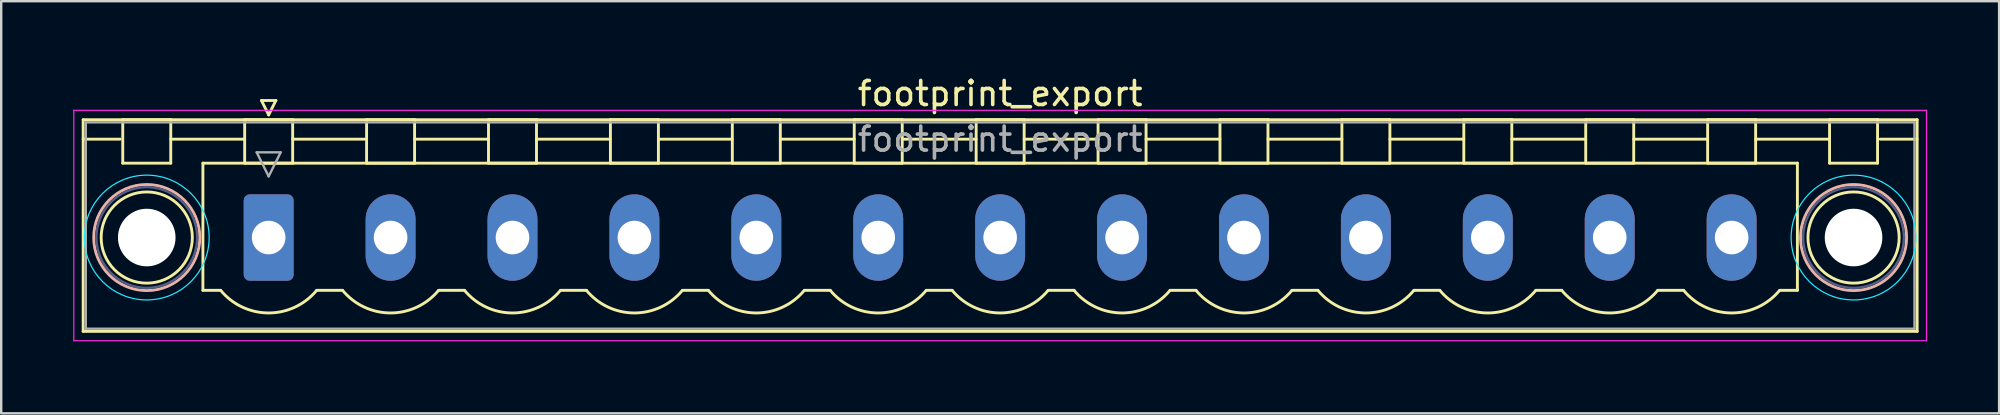
<source format=kicad_pcb>
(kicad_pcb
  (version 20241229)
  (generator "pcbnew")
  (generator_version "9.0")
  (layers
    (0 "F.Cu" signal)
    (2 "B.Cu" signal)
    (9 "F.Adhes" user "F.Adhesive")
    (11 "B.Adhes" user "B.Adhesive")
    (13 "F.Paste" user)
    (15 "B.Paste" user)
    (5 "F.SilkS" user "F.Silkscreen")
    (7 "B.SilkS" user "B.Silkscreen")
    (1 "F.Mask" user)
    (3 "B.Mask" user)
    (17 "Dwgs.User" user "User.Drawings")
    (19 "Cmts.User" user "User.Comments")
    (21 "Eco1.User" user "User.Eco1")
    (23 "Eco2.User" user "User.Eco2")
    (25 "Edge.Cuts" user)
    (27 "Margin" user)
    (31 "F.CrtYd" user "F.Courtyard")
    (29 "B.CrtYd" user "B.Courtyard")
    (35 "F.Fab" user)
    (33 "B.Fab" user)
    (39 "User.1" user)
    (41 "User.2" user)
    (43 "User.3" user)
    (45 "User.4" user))
  (footprint "footprint_export"
    (layer "F.Cu")
    (at 8.145 6.848)
    (property "Reference" "footprint_export" (at 30.48 -6 0) (layer "F.SilkS") (effects (font (size 1 1) (thickness 0.15))))
    (attr through_hole)
    (fp_line (start -7.73 -4.91) (end -7.73 3.91) (stroke (width 0.12) (type solid)) (layer "F.SilkS"))
    (fp_line (start -7.73 -4.1) (end -6.19 -4.1) (stroke (width 0.12) (type solid)) (layer "F.SilkS"))
    (fp_line (start -7.73 3.91) (end 68.69 3.91) (stroke (width 0.12) (type solid)) (layer "F.SilkS"))
    (fp_line (start -6.08 -4.91) (end -4.08 -4.91) (stroke (width 0.12) (type solid)) (layer "F.SilkS"))
    (fp_line (start -6.08 -3.1) (end -6.08 -4.91) (stroke (width 0.12) (type solid)) (layer "F.SilkS"))
    (fp_line (start -4.08 -4.91) (end -4.08 -3.1) (stroke (width 0.12) (type solid)) (layer "F.SilkS"))
    (fp_line (start -4.08 -4.1) (end -1 -4.1) (stroke (width 0.12) (type solid)) (layer "F.SilkS"))
    (fp_line (start -4.08 -3.1) (end -6.08 -3.1) (stroke (width 0.12) (type solid)) (layer "F.SilkS"))
    (fp_line (start -2.74 -3.1) (end 63.7 -3.1) (stroke (width 0.12) (type solid)) (layer "F.SilkS"))
    (fp_line (start -2.74 2.2) (end -2.74 -3.1) (stroke (width 0.12) (type solid)) (layer "F.SilkS"))
    (fp_line (start -2 2.2) (end -2.74 2.2) (stroke (width 0.12) (type solid)) (layer "F.SilkS"))
    (fp_line (start -1 -4.91) (end 1 -4.91) (stroke (width 0.12) (type solid)) (layer "F.SilkS"))
    (fp_line (start -1 -3.1) (end -1 -4.91) (stroke (width 0.12) (type solid)) (layer "F.SilkS"))
    (fp_line (start -0.3 -5.71) (end 0.3 -5.71) (stroke (width 0.12) (type solid)) (layer "F.SilkS"))
    (fp_line (start 0 -5.11) (end -0.3 -5.71) (stroke (width 0.12) (type solid)) (layer "F.SilkS"))
    (fp_line (start 0.3 -5.71) (end 0 -5.11) (stroke (width 0.12) (type solid)) (layer "F.SilkS"))
    (fp_line (start 1 -4.91) (end 1 -3.1) (stroke (width 0.12) (type solid)) (layer "F.SilkS"))
    (fp_line (start 1 -4.1) (end 4.08 -4.1) (stroke (width 0.12) (type solid)) (layer "F.SilkS"))
    (fp_line (start 1 -3.1) (end -1 -3.1) (stroke (width 0.12) (type solid)) (layer "F.SilkS"))
    (fp_line (start 2 2.2) (end 3.08 2.2) (stroke (width 0.12) (type solid)) (layer "F.SilkS"))
    (fp_line (start 4.08 -4.91) (end 6.08 -4.91) (stroke (width 0.12) (type solid)) (layer "F.SilkS"))
    (fp_line (start 4.08 -3.1) (end 4.08 -4.91) (stroke (width 0.12) (type solid)) (layer "F.SilkS"))
    (fp_line (start 6.08 -4.91) (end 6.08 -3.1) (stroke (width 0.12) (type solid)) (layer "F.SilkS"))
    (fp_line (start 6.08 -4.1) (end 9.16 -4.1) (stroke (width 0.12) (type solid)) (layer "F.SilkS"))
    (fp_line (start 6.08 -3.1) (end 4.08 -3.1) (stroke (width 0.12) (type solid)) (layer "F.SilkS"))
    (fp_line (start 7.08 2.2) (end 8.16 2.2) (stroke (width 0.12) (type solid)) (layer "F.SilkS"))
    (fp_line (start 9.16 -4.91) (end 11.16 -4.91) (stroke (width 0.12) (type solid)) (layer "F.SilkS"))
    (fp_line (start 9.16 -3.1) (end 9.16 -4.91) (stroke (width 0.12) (type solid)) (layer "F.SilkS"))
    (fp_line (start 11.16 -4.91) (end 11.16 -3.1) (stroke (width 0.12) (type solid)) (layer "F.SilkS"))
    (fp_line (start 11.16 -4.1) (end 14.24 -4.1) (stroke (width 0.12) (type solid)) (layer "F.SilkS"))
    (fp_line (start 11.16 -3.1) (end 9.16 -3.1) (stroke (width 0.12) (type solid)) (layer "F.SilkS"))
    (fp_line (start 12.16 2.2) (end 13.24 2.2) (stroke (width 0.12) (type solid)) (layer "F.SilkS"))
    (fp_line (start 14.24 -4.91) (end 16.24 -4.91) (stroke (width 0.12) (type solid)) (layer "F.SilkS"))
    (fp_line (start 14.24 -3.1) (end 14.24 -4.91) (stroke (width 0.12) (type solid)) (layer "F.SilkS"))
    (fp_line (start 16.24 -4.91) (end 16.24 -3.1) (stroke (width 0.12) (type solid)) (layer "F.SilkS"))
    (fp_line (start 16.24 -4.1) (end 19.32 -4.1) (stroke (width 0.12) (type solid)) (layer "F.SilkS"))
    (fp_line (start 16.24 -3.1) (end 14.24 -3.1) (stroke (width 0.12) (type solid)) (layer "F.SilkS"))
    (fp_line (start 17.24 2.2) (end 18.32 2.2) (stroke (width 0.12) (type solid)) (layer "F.SilkS"))
    (fp_line (start 19.32 -4.91) (end 21.32 -4.91) (stroke (width 0.12) (type solid)) (layer "F.SilkS"))
    (fp_line (start 19.32 -3.1) (end 19.32 -4.91) (stroke (width 0.12) (type solid)) (layer "F.SilkS"))
    (fp_line (start 21.32 -4.91) (end 21.32 -3.1) (stroke (width 0.12) (type solid)) (layer "F.SilkS"))
    (fp_line (start 21.32 -4.1) (end 24.4 -4.1) (stroke (width 0.12) (type solid)) (layer "F.SilkS"))
    (fp_line (start 21.32 -3.1) (end 19.32 -3.1) (stroke (width 0.12) (type solid)) (layer "F.SilkS"))
    (fp_line (start 22.32 2.2) (end 23.4 2.2) (stroke (width 0.12) (type solid)) (layer "F.SilkS"))
    (fp_line (start 24.4 -4.91) (end 26.4 -4.91) (stroke (width 0.12) (type solid)) (layer "F.SilkS"))
    (fp_line (start 24.4 -3.1) (end 24.4 -4.91) (stroke (width 0.12) (type solid)) (layer "F.SilkS"))
    (fp_line (start 26.4 -4.91) (end 26.4 -3.1) (stroke (width 0.12) (type solid)) (layer "F.SilkS"))
    (fp_line (start 26.4 -4.1) (end 29.48 -4.1) (stroke (width 0.12) (type solid)) (layer "F.SilkS"))
    (fp_line (start 26.4 -3.1) (end 24.4 -3.1) (stroke (width 0.12) (type solid)) (layer "F.SilkS"))
    (fp_line (start 27.4 2.2) (end 28.48 2.2) (stroke (width 0.12) (type solid)) (layer "F.SilkS"))
    (fp_line (start 29.48 -4.91) (end 31.48 -4.91) (stroke (width 0.12) (type solid)) (layer "F.SilkS"))
    (fp_line (start 29.48 -3.1) (end 29.48 -4.91) (stroke (width 0.12) (type solid)) (layer "F.SilkS"))
    (fp_line (start 31.48 -4.91) (end 31.48 -3.1) (stroke (width 0.12) (type solid)) (layer "F.SilkS"))
    (fp_line (start 31.48 -4.1) (end 34.56 -4.1) (stroke (width 0.12) (type solid)) (layer "F.SilkS"))
    (fp_line (start 31.48 -3.1) (end 29.48 -3.1) (stroke (width 0.12) (type solid)) (layer "F.SilkS"))
    (fp_line (start 32.48 2.2) (end 33.56 2.2) (stroke (width 0.12) (type solid)) (layer "F.SilkS"))
    (fp_line (start 34.56 -4.91) (end 36.56 -4.91) (stroke (width 0.12) (type solid)) (layer "F.SilkS"))
    (fp_line (start 34.56 -3.1) (end 34.56 -4.91) (stroke (width 0.12) (type solid)) (layer "F.SilkS"))
    (fp_line (start 36.56 -4.91) (end 36.56 -3.1) (stroke (width 0.12) (type solid)) (layer "F.SilkS"))
    (fp_line (start 36.56 -4.1) (end 39.64 -4.1) (stroke (width 0.12) (type solid)) (layer "F.SilkS"))
    (fp_line (start 36.56 -3.1) (end 34.56 -3.1) (stroke (width 0.12) (type solid)) (layer "F.SilkS"))
    (fp_line (start 37.56 2.2) (end 38.64 2.2) (stroke (width 0.12) (type solid)) (layer "F.SilkS"))
    (fp_line (start 39.64 -4.91) (end 41.64 -4.91) (stroke (width 0.12) (type solid)) (layer "F.SilkS"))
    (fp_line (start 39.64 -3.1) (end 39.64 -4.91) (stroke (width 0.12) (type solid)) (layer "F.SilkS"))
    (fp_line (start 41.64 -4.91) (end 41.64 -3.1) (stroke (width 0.12) (type solid)) (layer "F.SilkS"))
    (fp_line (start 41.64 -4.1) (end 44.72 -4.1) (stroke (width 0.12) (type solid)) (layer "F.SilkS"))
    (fp_line (start 41.64 -3.1) (end 39.64 -3.1) (stroke (width 0.12) (type solid)) (layer "F.SilkS"))
    (fp_line (start 42.64 2.2) (end 43.72 2.2) (stroke (width 0.12) (type solid)) (layer "F.SilkS"))
    (fp_line (start 44.72 -4.91) (end 46.72 -4.91) (stroke (width 0.12) (type solid)) (layer "F.SilkS"))
    (fp_line (start 44.72 -3.1) (end 44.72 -4.91) (stroke (width 0.12) (type solid)) (layer "F.SilkS"))
    (fp_line (start 46.72 -4.91) (end 46.72 -3.1) (stroke (width 0.12) (type solid)) (layer "F.SilkS"))
    (fp_line (start 46.72 -4.1) (end 49.8 -4.1) (stroke (width 0.12) (type solid)) (layer "F.SilkS"))
    (fp_line (start 46.72 -3.1) (end 44.72 -3.1) (stroke (width 0.12) (type solid)) (layer "F.SilkS"))
    (fp_line (start 47.72 2.2) (end 48.8 2.2) (stroke (width 0.12) (type solid)) (layer "F.SilkS"))
    (fp_line (start 49.8 -4.91) (end 51.8 -4.91) (stroke (width 0.12) (type solid)) (layer "F.SilkS"))
    (fp_line (start 49.8 -3.1) (end 49.8 -4.91) (stroke (width 0.12) (type solid)) (layer "F.SilkS"))
    (fp_line (start 51.8 -4.91) (end 51.8 -3.1) (stroke (width 0.12) (type solid)) (layer "F.SilkS"))
    (fp_line (start 51.8 -4.1) (end 54.88 -4.1) (stroke (width 0.12) (type solid)) (layer "F.SilkS"))
    (fp_line (start 51.8 -3.1) (end 49.8 -3.1) (stroke (width 0.12) (type solid)) (layer "F.SilkS"))
    (fp_line (start 52.8 2.2) (end 53.88 2.2) (stroke (width 0.12) (type solid)) (layer "F.SilkS"))
    (fp_line (start 54.88 -4.91) (end 56.88 -4.91) (stroke (width 0.12) (type solid)) (layer "F.SilkS"))
    (fp_line (start 54.88 -3.1) (end 54.88 -4.91) (stroke (width 0.12) (type solid)) (layer "F.SilkS"))
    (fp_line (start 56.88 -4.91) (end 56.88 -3.1) (stroke (width 0.12) (type solid)) (layer "F.SilkS"))
    (fp_line (start 56.88 -4.1) (end 59.96 -4.1) (stroke (width 0.12) (type solid)) (layer "F.SilkS"))
    (fp_line (start 56.88 -3.1) (end 54.88 -3.1) (stroke (width 0.12) (type solid)) (layer "F.SilkS"))
    (fp_line (start 57.88 2.2) (end 58.96 2.2) (stroke (width 0.12) (type solid)) (layer "F.SilkS"))
    (fp_line (start 59.96 -4.91) (end 61.96 -4.91) (stroke (width 0.12) (type solid)) (layer "F.SilkS"))
    (fp_line (start 59.96 -3.1) (end 59.96 -4.91) (stroke (width 0.12) (type solid)) (layer "F.SilkS"))
    (fp_line (start 61.96 -4.91) (end 61.96 -3.1) (stroke (width 0.12) (type solid)) (layer "F.SilkS"))
    (fp_line (start 61.96 -4.1) (end 65.04 -4.1) (stroke (width 0.12) (type solid)) (layer "F.SilkS"))
    (fp_line (start 61.96 -3.1) (end 59.96 -3.1) (stroke (width 0.12) (type solid)) (layer "F.SilkS"))
    (fp_line (start 63.7 -3.1) (end 63.7 2.2) (stroke (width 0.12) (type solid)) (layer "F.SilkS"))
    (fp_line (start 63.7 2.2) (end 62.96 2.2) (stroke (width 0.12) (type solid)) (layer "F.SilkS"))
    (fp_line (start 65.04 -4.91) (end 67.04 -4.91) (stroke (width 0.12) (type solid)) (layer "F.SilkS"))
    (fp_line (start 65.04 -3.1) (end 65.04 -4.91) (stroke (width 0.12) (type solid)) (layer "F.SilkS"))
    (fp_line (start 67.04 -4.91) (end 67.04 -3.1) (stroke (width 0.12) (type solid)) (layer "F.SilkS"))
    (fp_line (start 67.04 -3.1) (end 65.04 -3.1) (stroke (width 0.12) (type solid)) (layer "F.SilkS"))
    (fp_line (start 68.69 -4.91) (end -7.73 -4.91) (stroke (width 0.12) (type solid)) (layer "F.SilkS"))
    (fp_line (start 68.69 -4.1) (end 67.15 -4.1) (stroke (width 0.12) (type solid)) (layer "F.SilkS"))
    (fp_line (start 68.69 3.91) (end 68.69 -4.91) (stroke (width 0.12) (type solid)) (layer "F.SilkS"))
    (fp_arc (start 1.986842 2.215821) (mid -0.010289 3.142758) (end -2 2.2) (stroke (width 0.12) (type solid)) (layer "F.SilkS"))
    (fp_arc (start 7.066842 2.215821) (mid 5.069711 3.142758) (end 3.08 2.2) (stroke (width 0.12) (type solid)) (layer "F.SilkS"))
    (fp_arc (start 12.146842 2.215821) (mid 10.149711 3.142758) (end 8.16 2.2) (stroke (width 0.12) (type solid)) (layer "F.SilkS"))
    (fp_arc (start 17.226842 2.215821) (mid 15.229711 3.142758) (end 13.24 2.2) (stroke (width 0.12) (type solid)) (layer "F.SilkS"))
    (fp_arc (start 22.306842 2.215821) (mid 20.309711 3.142758) (end 18.32 2.2) (stroke (width 0.12) (type solid)) (layer "F.SilkS"))
    (fp_arc (start 27.386842 2.215821) (mid 25.389711 3.142758) (end 23.4 2.2) (stroke (width 0.12) (type solid)) (layer "F.SilkS"))
    (fp_arc (start 32.466842 2.215821) (mid 30.469711 3.142758) (end 28.48 2.2) (stroke (width 0.12) (type solid)) (layer "F.SilkS"))
    (fp_arc (start 37.546842 2.215821) (mid 35.549711 3.142758) (end 33.56 2.2) (stroke (width 0.12) (type solid)) (layer "F.SilkS"))
    (fp_arc (start 42.626842 2.215821) (mid 40.629711 3.142758) (end 38.64 2.2) (stroke (width 0.12) (type solid)) (layer "F.SilkS"))
    (fp_arc (start 47.706842 2.215821) (mid 45.709711 3.142758) (end 43.72 2.2) (stroke (width 0.12) (type solid)) (layer "F.SilkS"))
    (fp_arc (start 52.786842 2.215821) (mid 50.789711 3.142758) (end 48.8 2.2) (stroke (width 0.12) (type solid)) (layer "F.SilkS"))
    (fp_arc (start 57.866842 2.215821) (mid 55.869711 3.142758) (end 53.88 2.2) (stroke (width 0.12) (type solid)) (layer "F.SilkS"))
    (fp_arc (start 62.946842 2.215821) (mid 60.949711 3.142758) (end 58.96 2.2) (stroke (width 0.12) (type solid)) (layer "F.SilkS"))
    (fp_circle (center -5.08 0) (end -3.18 0) (stroke (width 0.12) (type solid)) (fill no) (layer "F.SilkS"))
    (fp_circle (center 66.04 0) (end 67.94 0) (stroke (width 0.12) (type solid)) (fill no) (layer "F.SilkS"))
    (fp_circle (center -5.08 0) (end -2.87 0) (stroke (width 0.12) (type solid)) (fill no) (layer "B.SilkS"))
    (fp_circle (center 66.04 0) (end 68.25 0) (stroke (width 0.12) (type solid)) (fill no) (layer "B.SilkS"))
    (fp_circle (center -5.08 0) (end -2.48 0) (stroke (width 0.05) (type solid)) (fill no) (layer "B.CrtYd"))
    (fp_circle (center 66.04 0) (end 68.64 0) (stroke (width 0.05) (type solid)) (fill no) (layer "B.CrtYd"))
    (fp_line (start -8.12 -5.3) (end -8.12 4.3) (stroke (width 0.05) (type solid)) (layer "F.CrtYd"))
    (fp_line (start -8.12 4.3) (end 69.08 4.3) (stroke (width 0.05) (type solid)) (layer "F.CrtYd"))
    (fp_line (start 69.08 -5.3) (end -8.12 -5.3) (stroke (width 0.05) (type solid)) (layer "F.CrtYd"))
    (fp_line (start 69.08 4.3) (end 69.08 -5.3) (stroke (width 0.05) (type solid)) (layer "F.CrtYd"))
    (fp_circle (center -5.08 0) (end -2.98 0) (stroke (width 0.1) (type solid)) (fill no) (layer "B.Fab"))
    (fp_circle (center 66.04 0) (end 68.14 0) (stroke (width 0.1) (type solid)) (fill no) (layer "B.Fab"))
    (fp_line (start -7.62 -4.8) (end -7.62 3.8) (stroke (width 0.1) (type solid)) (layer "F.Fab"))
    (fp_line (start -7.62 3.8) (end 68.58 3.8) (stroke (width 0.1) (type solid)) (layer "F.Fab"))
    (fp_line (start -0.5 -3.55) (end 0.5 -3.55) (stroke (width 0.1) (type solid)) (layer "F.Fab"))
    (fp_line (start 0 -2.55) (end -0.5 -3.55) (stroke (width 0.1) (type solid)) (layer "F.Fab"))
    (fp_line (start 0.5 -3.55) (end 0 -2.55) (stroke (width 0.1) (type solid)) (layer "F.Fab"))
    (fp_line (start 68.58 -4.8) (end -7.62 -4.8) (stroke (width 0.1) (type solid)) (layer "F.Fab"))
    (fp_line (start 68.58 3.8) (end 68.58 -4.8) (stroke (width 0.1) (type solid)) (layer "F.Fab"))
    (fp_text user "${REFERENCE}" (at 30.48 -4.1 0) (layer "F.Fab") (effects (font (size 1 1) (thickness 0.15))))
    (pad "" np_thru_hole circle (at -5.08 0) (size 2.4 2.4) (drill 2.4) (layers "*.Cu" "*.Mask"))
    (pad "" np_thru_hole circle (at 66.04 0) (size 2.4 2.4) (drill 2.4) (layers "*.Cu" "*.Mask"))
    (pad "1" thru_hole roundrect (at 0 0) (size 2.08 3.6) (drill 1.4) (layers "*.Cu" "*.Mask") (roundrect_rratio 0.12))
    (pad "2" thru_hole oval (at 5.08 0) (size 2.08 3.6) (drill 1.4) (layers "*.Cu" "*.Mask"))
    (pad "3" thru_hole oval (at 10.16 0) (size 2.08 3.6) (drill 1.4) (layers "*.Cu" "*.Mask"))
    (pad "4" thru_hole oval (at 15.24 0) (size 2.08 3.6) (drill 1.4) (layers "*.Cu" "*.Mask"))
    (pad "5" thru_hole oval (at 20.32 0) (size 2.08 3.6) (drill 1.4) (layers "*.Cu" "*.Mask"))
    (pad "6" thru_hole oval (at 25.4 0) (size 2.08 3.6) (drill 1.4) (layers "*.Cu" "*.Mask"))
    (pad "7" thru_hole oval (at 30.48 0) (size 2.08 3.6) (drill 1.4) (layers "*.Cu" "*.Mask"))
    (pad "8" thru_hole oval (at 35.56 0) (size 2.08 3.6) (drill 1.4) (layers "*.Cu" "*.Mask"))
    (pad "9" thru_hole oval (at 40.64 0) (size 2.08 3.6) (drill 1.4) (layers "*.Cu" "*.Mask"))
    (pad "10" thru_hole oval (at 45.72 0) (size 2.08 3.6) (drill 1.4) (layers "*.Cu" "*.Mask"))
    (pad "11" thru_hole oval (at 50.8 0) (size 2.08 3.6) (drill 1.4) (layers "*.Cu" "*.Mask"))
    (pad "12" thru_hole oval (at 55.88 0) (size 2.08 3.6) (drill 1.4) (layers "*.Cu" "*.Mask"))
    (pad "13" thru_hole oval (at 60.96 0) (size 2.08 3.6) (drill 1.4) (layers "*.Cu" "*.Mask")))
  (gr_rect
    (start -3 -3)
    (end 80.25 14.173)
    (stroke (width 0.1) (type default))
    (fill no)
    (layer "Edge.Cuts")))
</source>
